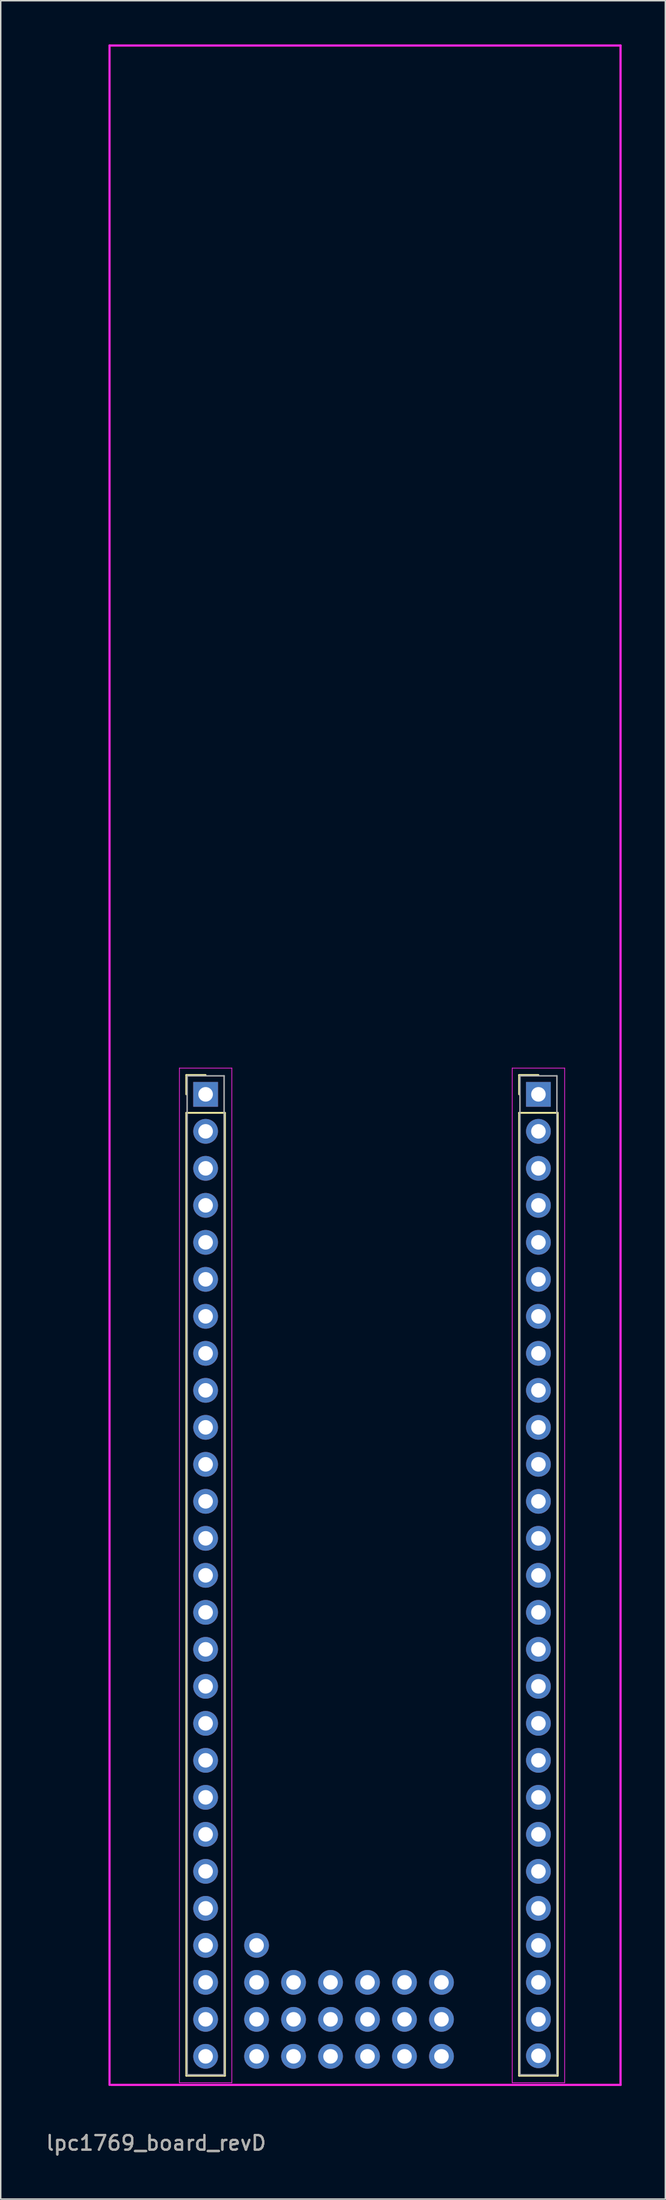
<source format=kicad_pcb>
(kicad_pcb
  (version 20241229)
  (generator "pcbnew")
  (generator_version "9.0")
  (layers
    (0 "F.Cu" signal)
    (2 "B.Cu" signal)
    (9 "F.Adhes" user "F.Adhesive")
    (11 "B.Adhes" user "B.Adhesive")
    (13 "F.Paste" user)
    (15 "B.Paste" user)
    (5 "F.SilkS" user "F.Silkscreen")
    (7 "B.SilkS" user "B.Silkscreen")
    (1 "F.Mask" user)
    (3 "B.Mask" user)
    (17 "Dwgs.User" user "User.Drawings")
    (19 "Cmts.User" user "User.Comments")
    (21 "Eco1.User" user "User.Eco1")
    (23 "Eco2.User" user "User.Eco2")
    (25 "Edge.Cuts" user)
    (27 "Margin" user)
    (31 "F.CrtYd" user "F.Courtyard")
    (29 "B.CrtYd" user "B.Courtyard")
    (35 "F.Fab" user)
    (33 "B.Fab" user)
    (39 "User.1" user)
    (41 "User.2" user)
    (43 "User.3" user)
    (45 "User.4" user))
  (footprint "lpc1769_board_revD"
    (layer "F.Cu")
    (at 11.073 72.075)
    (property "Reference" "lpc1769_board_revD" (at -3.4 71.99 0) (layer "F.SilkS") (effects (font (size 1 1) (thickness 0.15))))
    (attr through_hole)
    (fp_line (start -1.33 -1.33) (end 0 -1.33) (stroke (width 0.12) (type solid)) (layer "F.SilkS"))
    (fp_line (start -1.33 0) (end -1.33 -1.33) (stroke (width 0.12) (type solid)) (layer "F.SilkS"))
    (fp_line (start -1.33 1.27) (end -1.33 67.37) (stroke (width 0.12) (type solid)) (layer "F.SilkS"))
    (fp_line (start -1.33 67.37) (end 1.33 67.37) (stroke (width 0.12) (type solid)) (layer "F.SilkS"))
    (fp_line (start 1.33 1.27) (end -1.33 1.27) (stroke (width 0.12) (type solid)) (layer "F.SilkS"))
    (fp_line (start 1.33 67.37) (end 1.33 1.27) (stroke (width 0.12) (type solid)) (layer "F.SilkS"))
    (fp_line (start 21.53 -1.33) (end 22.86 -1.33) (stroke (width 0.12) (type solid)) (layer "F.SilkS"))
    (fp_line (start 21.53 0) (end 21.53 -1.33) (stroke (width 0.12) (type solid)) (layer "F.SilkS"))
    (fp_line (start 21.53 1.27) (end 21.53 67.37) (stroke (width 0.12) (type solid)) (layer "F.SilkS"))
    (fp_line (start 21.53 67.37) (end 24.19 67.37) (stroke (width 0.12) (type solid)) (layer "F.SilkS"))
    (fp_line (start 24.19 1.27) (end 21.53 1.27) (stroke (width 0.12) (type solid)) (layer "F.SilkS"))
    (fp_line (start 24.19 67.37) (end 24.19 1.27) (stroke (width 0.12) (type solid)) (layer "F.SilkS"))
    (fp_line (start -6.6 -72) (end -6.6 68) (stroke (width 0.15) (type solid)) (layer "F.CrtYd"))
    (fp_line (start -6.6 -72) (end 28.5 -72) (stroke (width 0.15) (type solid)) (layer "F.CrtYd"))
    (fp_line (start -6.5 68) (end 28.5 68) (stroke (width 0.15) (type solid)) (layer "F.CrtYd"))
    (fp_line (start -1.8 -1.8) (end -1.8 67.85) (stroke (width 0.05) (type solid)) (layer "F.CrtYd"))
    (fp_line (start -1.8 67.85) (end 1.8 67.85) (stroke (width 0.05) (type solid)) (layer "F.CrtYd"))
    (fp_line (start 1.8 -1.8) (end -1.8 -1.8) (stroke (width 0.05) (type solid)) (layer "F.CrtYd"))
    (fp_line (start 1.8 67.85) (end 1.8 -1.8) (stroke (width 0.05) (type solid)) (layer "F.CrtYd"))
    (fp_line (start 21.06 -1.8) (end 21.06 67.85) (stroke (width 0.05) (type solid)) (layer "F.CrtYd"))
    (fp_line (start 21.06 67.85) (end 24.66 67.85) (stroke (width 0.05) (type solid)) (layer "F.CrtYd"))
    (fp_line (start 24.66 -1.8) (end 21.06 -1.8) (stroke (width 0.05) (type solid)) (layer "F.CrtYd"))
    (fp_line (start 24.66 67.85) (end 24.66 -1.8) (stroke (width 0.05) (type solid)) (layer "F.CrtYd"))
    (fp_line (start 28.5 -72) (end 28.5 68) (stroke (width 0.15) (type solid)) (layer "F.CrtYd"))
    (fp_line (start -1.27 -1.27) (end -1.27 67.31) (stroke (width 0.1) (type solid)) (layer "F.Fab"))
    (fp_line (start -1.27 67.31) (end 1.27 67.31) (stroke (width 0.1) (type solid)) (layer "F.Fab"))
    (fp_line (start 1.27 -1.27) (end -1.27 -1.27) (stroke (width 0.1) (type solid)) (layer "F.Fab"))
    (fp_line (start 1.27 67.31) (end 1.27 -1.27) (stroke (width 0.1) (type solid)) (layer "F.Fab"))
    (fp_line (start 21.59 -1.27) (end 21.59 67.31) (stroke (width 0.1) (type solid)) (layer "F.Fab"))
    (fp_line (start 21.59 67.31) (end 24.13 67.31) (stroke (width 0.1) (type solid)) (layer "F.Fab"))
    (fp_line (start 24.13 -1.27) (end 21.59 -1.27) (stroke (width 0.1) (type solid)) (layer "F.Fab"))
    (fp_line (start 24.13 67.31) (end 24.13 -1.27) (stroke (width 0.1) (type solid)) (layer "F.Fab"))
    (fp_text user "${REFERENCE}" (at -3.4 71.99 0) (layer "F.Fab") (effects (font (size 1 1) (thickness 0.15))))
    (fp_text user "${REFERENCE}" (at -3.4 71.99 0) (layer "F.Fab") (effects (font (size 1 1) (thickness 0.15))))
    (pad "J-1" thru_hole rect (at 0 0) (size 1.7 1.7) (drill 1) (layers "*.Cu" "*.Mask"))
    (pad "J-2" thru_hole oval (at 0 2.54) (size 1.7 1.7) (drill 1) (layers "*.Cu" "*.Mask"))
    (pad "J-3" thru_hole oval (at 0 5.08) (size 1.7 1.7) (drill 1) (layers "*.Cu" "*.Mask"))
    (pad "J-4" thru_hole oval (at 0 7.62) (size 1.7 1.7) (drill 1) (layers "*.Cu" "*.Mask"))
    (pad "J-5" thru_hole oval (at 0 10.16) (size 1.7 1.7) (drill 1) (layers "*.Cu" "*.Mask"))
    (pad "J-6" thru_hole oval (at 0 12.7) (size 1.7 1.7) (drill 1) (layers "*.Cu" "*.Mask"))
    (pad "J-7" thru_hole oval (at 0 15.24) (size 1.7 1.7) (drill 1) (layers "*.Cu" "*.Mask"))
    (pad "J-8" thru_hole oval (at 0 17.78) (size 1.7 1.7) (drill 1) (layers "*.Cu" "*.Mask"))
    (pad "J-9" thru_hole oval (at 0 20.32) (size 1.7 1.7) (drill 1) (layers "*.Cu" "*.Mask"))
    (pad "J-10" thru_hole oval (at 0 22.86) (size 1.7 1.7) (drill 1) (layers "*.Cu" "*.Mask"))
    (pad "J-11" thru_hole oval (at 0 25.4) (size 1.7 1.7) (drill 1) (layers "*.Cu" "*.Mask"))
    (pad "J-12" thru_hole oval (at 0 27.94) (size 1.7 1.7) (drill 1) (layers "*.Cu" "*.Mask"))
    (pad "J-13" thru_hole oval (at 0 30.48) (size 1.7 1.7) (drill 1) (layers "*.Cu" "*.Mask"))
    (pad "J-14" thru_hole oval (at 0 33.02) (size 1.7 1.7) (drill 1) (layers "*.Cu" "*.Mask"))
    (pad "J-15" thru_hole oval (at 0 35.56) (size 1.7 1.7) (drill 1) (layers "*.Cu" "*.Mask"))
    (pad "J-16" thru_hole oval (at 0 38.1) (size 1.7 1.7) (drill 1) (layers "*.Cu" "*.Mask"))
    (pad "J-17" thru_hole oval (at 0 40.64) (size 1.7 1.7) (drill 1) (layers "*.Cu" "*.Mask"))
    (pad "J-18" thru_hole oval (at 0 43.18) (size 1.7 1.7) (drill 1) (layers "*.Cu" "*.Mask"))
    (pad "J-19" thru_hole oval (at 0 45.72) (size 1.7 1.7) (drill 1) (layers "*.Cu" "*.Mask"))
    (pad "J-20" thru_hole oval (at 0 48.26) (size 1.7 1.7) (drill 1) (layers "*.Cu" "*.Mask"))
    (pad "J-21" thru_hole oval (at 0 50.8) (size 1.7 1.7) (drill 1) (layers "*.Cu" "*.Mask"))
    (pad "J-22" thru_hole oval (at 0 53.34) (size 1.7 1.7) (drill 1) (layers "*.Cu" "*.Mask"))
    (pad "J-23" thru_hole oval (at 0 55.88) (size 1.7 1.7) (drill 1) (layers "*.Cu" "*.Mask"))
    (pad "J-24" thru_hole oval (at 0 58.42) (size 1.7 1.7) (drill 1) (layers "*.Cu" "*.Mask"))
    (pad "J-25" thru_hole oval (at 0 60.96) (size 1.7 1.7) (drill 1) (layers "*.Cu" "*.Mask"))
    (pad "J-26" thru_hole oval (at 0 63.5) (size 1.7 1.7) (drill 1) (layers "*.Cu" "*.Mask"))
    (pad "J-27" thru_hole oval (at 0 66.04) (size 1.7 1.7) (drill 1) (layers "*.Cu" "*.Mask"))
    (pad "J-28" thru_hole rect (at 22.86 0) (size 1.7 1.7) (drill 1) (layers "*.Cu" "*.Mask"))
    (pad "J-29" thru_hole oval (at 22.86 2.54) (size 1.7 1.7) (drill 1) (layers "*.Cu" "*.Mask"))
    (pad "J-30" thru_hole oval (at 22.86 5.08) (size 1.7 1.7) (drill 1) (layers "*.Cu" "*.Mask"))
    (pad "J-31" thru_hole oval (at 22.86 7.62) (size 1.7 1.7) (drill 1) (layers "*.Cu" "*.Mask"))
    (pad "J-32" thru_hole oval (at 22.86 10.16) (size 1.7 1.7) (drill 1) (layers "*.Cu" "*.Mask"))
    (pad "J-33" thru_hole oval (at 22.86 12.7) (size 1.7 1.7) (drill 1) (layers "*.Cu" "*.Mask"))
    (pad "J-34" thru_hole oval (at 22.86 15.24) (size 1.7 1.7) (drill 1) (layers "*.Cu" "*.Mask"))
    (pad "J-35" thru_hole oval (at 22.86 17.78) (size 1.7 1.7) (drill 1) (layers "*.Cu" "*.Mask"))
    (pad "J-36" thru_hole oval (at 22.86 20.32) (size 1.7 1.7) (drill 1) (layers "*.Cu" "*.Mask"))
    (pad "J-37" thru_hole oval (at 22.86 22.86) (size 1.7 1.7) (drill 1) (layers "*.Cu" "*.Mask"))
    (pad "J-38" thru_hole oval (at 22.86 25.4) (size 1.7 1.7) (drill 1) (layers "*.Cu" "*.Mask"))
    (pad "J-39" thru_hole oval (at 22.86 27.94) (size 1.7 1.7) (drill 1) (layers "*.Cu" "*.Mask"))
    (pad "J-40" thru_hole oval (at 22.86 30.48) (size 1.7 1.7) (drill 1) (layers "*.Cu" "*.Mask"))
    (pad "J-41" thru_hole oval (at 22.86 33.02) (size 1.7 1.7) (drill 1) (layers "*.Cu" "*.Mask"))
    (pad "J-42" thru_hole oval (at 22.86 35.56) (size 1.7 1.7) (drill 1) (layers "*.Cu" "*.Mask"))
    (pad "J-43" thru_hole oval (at 22.86 38.1) (size 1.7 1.7) (drill 1) (layers "*.Cu" "*.Mask"))
    (pad "J-44" thru_hole oval (at 22.86 40.64) (size 1.7 1.7) (drill 1) (layers "*.Cu" "*.Mask"))
    (pad "J-45" thru_hole oval (at 22.86 43.18) (size 1.7 1.7) (drill 1) (layers "*.Cu" "*.Mask"))
    (pad "J-46" thru_hole oval (at 22.86 45.72) (size 1.7 1.7) (drill 1) (layers "*.Cu" "*.Mask"))
    (pad "J-47" thru_hole oval (at 22.86 48.26) (size 1.7 1.7) (drill 1) (layers "*.Cu" "*.Mask"))
    (pad "J-48" thru_hole oval (at 22.86 50.8) (size 1.7 1.7) (drill 1) (layers "*.Cu" "*.Mask"))
    (pad "J-49" thru_hole oval (at 22.86 53.34) (size 1.7 1.7) (drill 1) (layers "*.Cu" "*.Mask"))
    (pad "J-50" thru_hole oval (at 22.86 55.88) (size 1.7 1.7) (drill 1) (layers "*.Cu" "*.Mask"))
    (pad "J-51" thru_hole oval (at 22.86 58.42) (size 1.7 1.7) (drill 1) (layers "*.Cu" "*.Mask"))
    (pad "J-52" thru_hole oval (at 22.86 60.96) (size 1.7 1.7) (drill 1) (layers "*.Cu" "*.Mask"))
    (pad "J-53" thru_hole oval (at 22.86 63.5) (size 1.7 1.7) (drill 1) (layers "*.Cu" "*.Mask"))
    (pad "J-54" thru_hole oval (at 22.86 66) (size 1.7 1.7) (drill 1) (layers "*.Cu" "*.Mask"))
    (pad "PD1" thru_hole oval (at 3.5 58.42) (size 1.7 1.7) (drill 1) (layers "*.Cu" "*.Mask"))
    (pad "PD2" thru_hole oval (at 3.5 60.96) (size 1.7 1.7) (drill 1) (layers "*.Cu" "*.Mask"))
    (pad "PD3" thru_hole oval (at 6.04 60.96) (size 1.7 1.7) (drill 1) (layers "*.Cu" "*.Mask"))
    (pad "PD4" thru_hole oval (at 8.58 60.96) (size 1.7 1.7) (drill 1) (layers "*.Cu" "*.Mask"))
    (pad "PD5" thru_hole oval (at 11.12 60.96) (size 1.7 1.7) (drill 1) (layers "*.Cu" "*.Mask"))
    (pad "PD6" thru_hole oval (at 13.66 60.96) (size 1.7 1.7) (drill 1) (layers "*.Cu" "*.Mask"))
    (pad "PD7" thru_hole oval (at 16.2 60.96) (size 1.7 1.7) (drill 1) (layers "*.Cu" "*.Mask"))
    (pad "PD8" thru_hole oval (at 3.5 63.5) (size 1.7 1.7) (drill 1) (layers "*.Cu" "*.Mask"))
    (pad "PD9" thru_hole oval (at 6.04 63.5) (size 1.7 1.7) (drill 1) (layers "*.Cu" "*.Mask"))
    (pad "PD10" thru_hole oval (at 8.58 63.5) (size 1.7 1.7) (drill 1) (layers "*.Cu" "*.Mask"))
    (pad "PD11" thru_hole oval (at 11.12 63.5) (size 1.7 1.7) (drill 1) (layers "*.Cu" "*.Mask"))
    (pad "PD12" thru_hole oval (at 13.66 63.5) (size 1.7 1.7) (drill 1) (layers "*.Cu" "*.Mask"))
    (pad "PD13" thru_hole oval (at 16.2 63.5) (size 1.7 1.7) (drill 1) (layers "*.Cu" "*.Mask"))
    (pad "PD14" thru_hole oval (at 3.5 66.04) (size 1.7 1.7) (drill 1) (layers "*.Cu" "*.Mask"))
    (pad "PD15" thru_hole oval (at 6.04 66.04) (size 1.7 1.7) (drill 1) (layers "*.Cu" "*.Mask"))
    (pad "PD16" thru_hole oval (at 8.58 66.04) (size 1.7 1.7) (drill 1) (layers "*.Cu" "*.Mask"))
    (pad "PD17" thru_hole oval (at 11.12 66.04) (size 1.7 1.7) (drill 1) (layers "*.Cu" "*.Mask"))
    (pad "PD18" thru_hole oval (at 13.66 66.04) (size 1.7 1.7) (drill 1) (layers "*.Cu" "*.Mask"))
    (pad "PD19" thru_hole oval (at 16.2 66.04) (size 1.7 1.7) (drill 1) (layers "*.Cu" "*.Mask")))
  (gr_rect
    (start -3 -3)
    (end 42.648 147.913)
    (stroke (width 0.1) (type default))
    (fill no)
    (layer "Edge.Cuts")))
</source>
